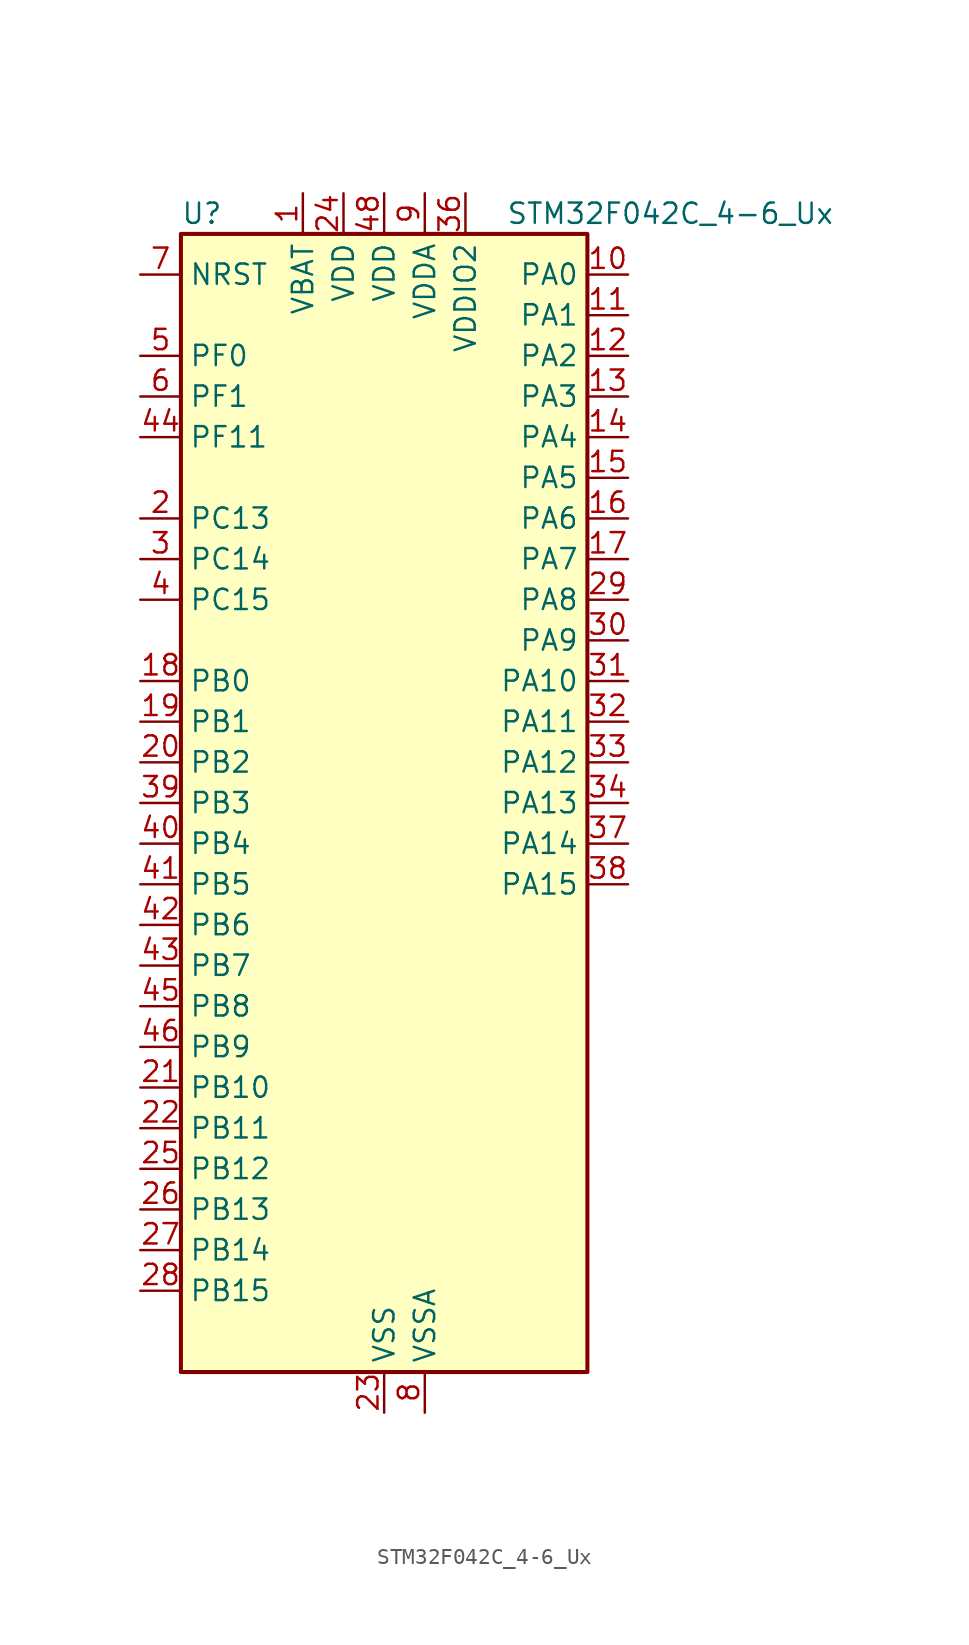
<source format=kicad_sym>
(kicad_symbol_lib
  (version 20231120)
  (generator "kicad_symbol_editor")
  (generator_version "8.0")
  (symbol "STM32F042C_4-6_Ux"
    (property "Reference" "U"
      (at -12.7 36.83 0)
      (effects (font (size 1.27 1.27)) (justify left)))
    (property "Value" "STM32F042C_4-6_Ux"
      (at 7.62 36.83 0)
      (effects (font (size 1.27 1.27)) (justify left)))
    (property "ki_locked" ""
      (at 0 0 0)
      (effects (font (size 1.27 1.27))))
    (symbol "STM32F042C_4-6_Ux_0_1"
      (rectangle (start -12.7 -35.56) (end 12.7 35.56) (stroke (width 0.254) (type default)) (fill (type background))))
    (symbol "STM32F042C_4-6_Ux_1_1"
      (pin power_in line (at -5.08 38.1 270) (length 2.54) (name "VBAT" (effects (font (size 1.27 1.27)))) (number "1" (effects (font (size 1.27 1.27)))))
      (pin bidirectional line (at 15.24 33.02 180) (length 2.54) (name "PA0" (effects (font (size 1.27 1.27)))) (number "10" (effects (font (size 1.27 1.27)))) (alternate "ADC_IN0" bidirectional line) (alternate "RTC_TAMP2" bidirectional line) (alternate "SYS_WKUP1" bidirectional line) (alternate "TIM2_CH1" bidirectional line) (alternate "TIM2_ETR" bidirectional line) (alternate "TSC_G1_IO1" bidirectional line) (alternate "USART2_CTS" bidirectional line))
      (pin bidirectional line (at 15.24 30.48 180) (length 2.54) (name "PA1" (effects (font (size 1.27 1.27)))) (number "11" (effects (font (size 1.27 1.27)))) (alternate "ADC_IN1" bidirectional line) (alternate "TIM2_CH2" bidirectional line) (alternate "TSC_G1_IO2" bidirectional line) (alternate "USART2_DE" bidirectional line) (alternate "USART2_RTS" bidirectional line))
      (pin bidirectional line (at 15.24 27.94 180) (length 2.54) (name "PA2" (effects (font (size 1.27 1.27)))) (number "12" (effects (font (size 1.27 1.27)))) (alternate "ADC_IN2" bidirectional line) (alternate "SYS_WKUP4" bidirectional line) (alternate "TIM2_CH3" bidirectional line) (alternate "TSC_G1_IO3" bidirectional line) (alternate "USART2_TX" bidirectional line))
      (pin bidirectional line (at 15.24 25.4 180) (length 2.54) (name "PA3" (effects (font (size 1.27 1.27)))) (number "13" (effects (font (size 1.27 1.27)))) (alternate "ADC_IN3" bidirectional line) (alternate "TIM2_CH4" bidirectional line) (alternate "TSC_G1_IO4" bidirectional line) (alternate "USART2_RX" bidirectional line))
      (pin bidirectional line (at 15.24 22.86 180) (length 2.54) (name "PA4" (effects (font (size 1.27 1.27)))) (number "14" (effects (font (size 1.27 1.27)))) (alternate "ADC_IN4" bidirectional line) (alternate "I2S1_WS" bidirectional line) (alternate "SPI1_NSS" bidirectional line) (alternate "TIM14_CH1" bidirectional line) (alternate "TSC_G2_IO1" bidirectional line) (alternate "USART2_CK" bidirectional line) (alternate "USB_NOE" bidirectional line))
      (pin bidirectional line (at 15.24 20.32 180) (length 2.54) (name "PA5" (effects (font (size 1.27 1.27)))) (number "15" (effects (font (size 1.27 1.27)))) (alternate "ADC_IN5" bidirectional line) (alternate "CEC" bidirectional line) (alternate "I2S1_CK" bidirectional line) (alternate "SPI1_SCK" bidirectional line) (alternate "TIM2_CH1" bidirectional line) (alternate "TIM2_ETR" bidirectional line) (alternate "TSC_G2_IO2" bidirectional line))
      (pin bidirectional line (at 15.24 17.78 180) (length 2.54) (name "PA6" (effects (font (size 1.27 1.27)))) (number "16" (effects (font (size 1.27 1.27)))) (alternate "ADC_IN6" bidirectional line) (alternate "I2S1_MCK" bidirectional line) (alternate "SPI1_MISO" bidirectional line) (alternate "TIM16_CH1" bidirectional line) (alternate "TIM1_BKIN" bidirectional line) (alternate "TIM3_CH1" bidirectional line) (alternate "TSC_G2_IO3" bidirectional line))
      (pin bidirectional line (at 15.24 15.24 180) (length 2.54) (name "PA7" (effects (font (size 1.27 1.27)))) (number "17" (effects (font (size 1.27 1.27)))) (alternate "ADC_IN7" bidirectional line) (alternate "I2S1_SD" bidirectional line) (alternate "SPI1_MOSI" bidirectional line) (alternate "TIM14_CH1" bidirectional line) (alternate "TIM17_CH1" bidirectional line) (alternate "TIM1_CH1N" bidirectional line) (alternate "TIM3_CH2" bidirectional line) (alternate "TSC_G2_IO4" bidirectional line))
      (pin bidirectional line (at -15.24 7.62 0) (length 2.54) (name "PB0" (effects (font (size 1.27 1.27)))) (number "18" (effects (font (size 1.27 1.27)))) (alternate "ADC_IN8" bidirectional line) (alternate "TIM1_CH2N" bidirectional line) (alternate "TIM3_CH3" bidirectional line) (alternate "TSC_G3_IO2" bidirectional line))
      (pin bidirectional line (at -15.24 5.08 0) (length 2.54) (name "PB1" (effects (font (size 1.27 1.27)))) (number "19" (effects (font (size 1.27 1.27)))) (alternate "ADC_IN9" bidirectional line) (alternate "TIM14_CH1" bidirectional line) (alternate "TIM1_CH3N" bidirectional line) (alternate "TIM3_CH4" bidirectional line) (alternate "TSC_G3_IO3" bidirectional line))
      (pin bidirectional line (at -15.24 17.78 0) (length 2.54) (name "PC13" (effects (font (size 1.27 1.27)))) (number "2" (effects (font (size 1.27 1.27)))) (alternate "RTC_OUT_ALARM" bidirectional line) (alternate "RTC_OUT_CALIB" bidirectional line) (alternate "RTC_TAMP1" bidirectional line) (alternate "RTC_TS" bidirectional line) (alternate "SYS_WKUP2" bidirectional line))
      (pin bidirectional line (at -15.24 2.54 0) (length 2.54) (name "PB2" (effects (font (size 1.27 1.27)))) (number "20" (effects (font (size 1.27 1.27)))) (alternate "TSC_G3_IO4" bidirectional line))
      (pin bidirectional line (at -15.24 -17.78 0) (length 2.54) (name "PB10" (effects (font (size 1.27 1.27)))) (number "21" (effects (font (size 1.27 1.27)))) (alternate "CEC" bidirectional line) (alternate "I2C1_SCL" bidirectional line) (alternate "SPI2_SCK" bidirectional line) (alternate "TIM2_CH3" bidirectional line) (alternate "TSC_SYNC" bidirectional line))
      (pin bidirectional line (at -15.24 -20.32 0) (length 2.54) (name "PB11" (effects (font (size 1.27 1.27)))) (number "22" (effects (font (size 1.27 1.27)))) (alternate "I2C1_SDA" bidirectional line) (alternate "TIM2_CH4" bidirectional line))
      (pin power_in line (at 0 -38.1 90) (length 2.54) (name "VSS" (effects (font (size 1.27 1.27)))) (number "23" (effects (font (size 1.27 1.27)))))
      (pin power_in line (at -2.54 38.1 270) (length 2.54) (name "VDD" (effects (font (size 1.27 1.27)))) (number "24" (effects (font (size 1.27 1.27)))))
      (pin bidirectional line (at -15.24 -22.86 0) (length 2.54) (name "PB12" (effects (font (size 1.27 1.27)))) (number "25" (effects (font (size 1.27 1.27)))) (alternate "SPI2_NSS" bidirectional line) (alternate "TIM1_BKIN" bidirectional line))
      (pin bidirectional line (at -15.24 -25.4 0) (length 2.54) (name "PB13" (effects (font (size 1.27 1.27)))) (number "26" (effects (font (size 1.27 1.27)))) (alternate "I2C1_SCL" bidirectional line) (alternate "SPI2_SCK" bidirectional line) (alternate "TIM1_CH1N" bidirectional line))
      (pin bidirectional line (at -15.24 -27.94 0) (length 2.54) (name "PB14" (effects (font (size 1.27 1.27)))) (number "27" (effects (font (size 1.27 1.27)))) (alternate "I2C1_SDA" bidirectional line) (alternate "SPI2_MISO" bidirectional line) (alternate "TIM1_CH2N" bidirectional line))
      (pin bidirectional line (at -15.24 -30.48 0) (length 2.54) (name "PB15" (effects (font (size 1.27 1.27)))) (number "28" (effects (font (size 1.27 1.27)))) (alternate "RTC_REFIN" bidirectional line) (alternate "SPI2_MOSI" bidirectional line) (alternate "SYS_WKUP7" bidirectional line) (alternate "TIM1_CH3N" bidirectional line))
      (pin bidirectional line (at 15.24 12.7 180) (length 2.54) (name "PA8" (effects (font (size 1.27 1.27)))) (number "29" (effects (font (size 1.27 1.27)))) (alternate "CRS_SYNC" bidirectional line) (alternate "RCC_MCO" bidirectional line) (alternate "TIM1_CH1" bidirectional line) (alternate "USART1_CK" bidirectional line))
      (pin bidirectional line (at -15.24 15.24 0) (length 2.54) (name "PC14" (effects (font (size 1.27 1.27)))) (number "3" (effects (font (size 1.27 1.27)))) (alternate "RCC_OSC32_IN" bidirectional line))
      (pin bidirectional line (at 15.24 10.16 180) (length 2.54) (name "PA9" (effects (font (size 1.27 1.27)))) (number "30" (effects (font (size 1.27 1.27)))) (alternate "I2C1_SCL" bidirectional line) (alternate "TIM1_CH2" bidirectional line) (alternate "TSC_G4_IO1" bidirectional line) (alternate "USART1_TX" bidirectional line))
      (pin bidirectional line (at 15.24 7.62 180) (length 2.54) (name "PA10" (effects (font (size 1.27 1.27)))) (number "31" (effects (font (size 1.27 1.27)))) (alternate "I2C1_SDA" bidirectional line) (alternate "TIM17_BKIN" bidirectional line) (alternate "TIM1_CH3" bidirectional line) (alternate "TSC_G4_IO2" bidirectional line) (alternate "USART1_RX" bidirectional line))
      (pin bidirectional line (at 15.24 5.08 180) (length 2.54) (name "PA11" (effects (font (size 1.27 1.27)))) (number "32" (effects (font (size 1.27 1.27)))) (alternate "CAN_RX" bidirectional line) (alternate "I2C1_SCL" bidirectional line) (alternate "TIM1_CH4" bidirectional line) (alternate "TSC_G4_IO3" bidirectional line) (alternate "USART1_CTS" bidirectional line) (alternate "USB_DM" bidirectional line))
      (pin bidirectional line (at 15.24 2.54 180) (length 2.54) (name "PA12" (effects (font (size 1.27 1.27)))) (number "33" (effects (font (size 1.27 1.27)))) (alternate "CAN_TX" bidirectional line) (alternate "I2C1_SDA" bidirectional line) (alternate "TIM1_ETR" bidirectional line) (alternate "TSC_G4_IO4" bidirectional line) (alternate "USART1_DE" bidirectional line) (alternate "USART1_RTS" bidirectional line) (alternate "USB_DP" bidirectional line))
      (pin bidirectional line (at 15.24 0 180) (length 2.54) (name "PA13" (effects (font (size 1.27 1.27)))) (number "34" (effects (font (size 1.27 1.27)))) (alternate "IR_OUT" bidirectional line) (alternate "SYS_SWDIO" bidirectional line) (alternate "USB_NOE" bidirectional line))
      (pin passive line (at 0 -38.1 90) (length 2.54) hide (name "VSS" (effects (font (size 1.27 1.27)))) (number "35" (effects (font (size 1.27 1.27)))))
      (pin power_in line (at 5.08 38.1 270) (length 2.54) (name "VDDIO2" (effects (font (size 1.27 1.27)))) (number "36" (effects (font (size 1.27 1.27)))))
      (pin bidirectional line (at 15.24 -2.54 180) (length 2.54) (name "PA14" (effects (font (size 1.27 1.27)))) (number "37" (effects (font (size 1.27 1.27)))) (alternate "SYS_SWCLK" bidirectional line) (alternate "USART2_TX" bidirectional line))
      (pin bidirectional line (at 15.24 -5.08 180) (length 2.54) (name "PA15" (effects (font (size 1.27 1.27)))) (number "38" (effects (font (size 1.27 1.27)))) (alternate "I2S1_WS" bidirectional line) (alternate "SPI1_NSS" bidirectional line) (alternate "TIM2_CH1" bidirectional line) (alternate "TIM2_ETR" bidirectional line) (alternate "USART2_RX" bidirectional line) (alternate "USB_NOE" bidirectional line))
      (pin bidirectional line (at -15.24 0 0) (length 2.54) (name "PB3" (effects (font (size 1.27 1.27)))) (number "39" (effects (font (size 1.27 1.27)))) (alternate "I2S1_CK" bidirectional line) (alternate "SPI1_SCK" bidirectional line) (alternate "TIM2_CH2" bidirectional line) (alternate "TSC_G5_IO1" bidirectional line))
      (pin bidirectional line (at -15.24 12.7 0) (length 2.54) (name "PC15" (effects (font (size 1.27 1.27)))) (number "4" (effects (font (size 1.27 1.27)))) (alternate "RCC_OSC32_OUT" bidirectional line))
      (pin bidirectional line (at -15.24 -2.54 0) (length 2.54) (name "PB4" (effects (font (size 1.27 1.27)))) (number "40" (effects (font (size 1.27 1.27)))) (alternate "I2S1_MCK" bidirectional line) (alternate "SPI1_MISO" bidirectional line) (alternate "TIM17_BKIN" bidirectional line) (alternate "TIM3_CH1" bidirectional line) (alternate "TSC_G5_IO2" bidirectional line))
      (pin bidirectional line (at -15.24 -5.08 0) (length 2.54) (name "PB5" (effects (font (size 1.27 1.27)))) (number "41" (effects (font (size 1.27 1.27)))) (alternate "I2C1_SMBA" bidirectional line) (alternate "I2S1_SD" bidirectional line) (alternate "SPI1_MOSI" bidirectional line) (alternate "SYS_WKUP6" bidirectional line) (alternate "TIM16_BKIN" bidirectional line) (alternate "TIM3_CH2" bidirectional line))
      (pin bidirectional line (at -15.24 -7.62 0) (length 2.54) (name "PB6" (effects (font (size 1.27 1.27)))) (number "42" (effects (font (size 1.27 1.27)))) (alternate "I2C1_SCL" bidirectional line) (alternate "TIM16_CH1N" bidirectional line) (alternate "TSC_G5_IO3" bidirectional line) (alternate "USART1_TX" bidirectional line))
      (pin bidirectional line (at -15.24 -10.16 0) (length 2.54) (name "PB7" (effects (font (size 1.27 1.27)))) (number "43" (effects (font (size 1.27 1.27)))) (alternate "I2C1_SDA" bidirectional line) (alternate "TIM17_CH1N" bidirectional line) (alternate "TSC_G5_IO4" bidirectional line) (alternate "USART1_RX" bidirectional line))
      (pin bidirectional line (at -15.24 22.86 0) (length 2.54) (name "PF11" (effects (font (size 1.27 1.27)))) (number "44" (effects (font (size 1.27 1.27)))))
      (pin bidirectional line (at -15.24 -12.7 0) (length 2.54) (name "PB8" (effects (font (size 1.27 1.27)))) (number "45" (effects (font (size 1.27 1.27)))) (alternate "CAN_RX" bidirectional line) (alternate "CEC" bidirectional line) (alternate "I2C1_SCL" bidirectional line) (alternate "TIM16_CH1" bidirectional line) (alternate "TSC_SYNC" bidirectional line))
      (pin bidirectional line (at -15.24 -15.24 0) (length 2.54) (name "PB9" (effects (font (size 1.27 1.27)))) (number "46" (effects (font (size 1.27 1.27)))) (alternate "CAN_TX" bidirectional line) (alternate "I2C1_SDA" bidirectional line) (alternate "IR_OUT" bidirectional line) (alternate "SPI2_NSS" bidirectional line) (alternate "TIM17_CH1" bidirectional line))
      (pin passive line (at 0 -38.1 90) (length 2.54) hide (name "VSS" (effects (font (size 1.27 1.27)))) (number "47" (effects (font (size 1.27 1.27)))))
      (pin power_in line (at 0 38.1 270) (length 2.54) (name "VDD" (effects (font (size 1.27 1.27)))) (number "48" (effects (font (size 1.27 1.27)))))
      (pin passive line (at 0 -38.1 90) (length 2.54) hide (name "VSS" (effects (font (size 1.27 1.27)))) (number "49" (effects (font (size 1.27 1.27)))))
      (pin bidirectional line (at -15.24 27.94 0) (length 2.54) (name "PF0" (effects (font (size 1.27 1.27)))) (number "5" (effects (font (size 1.27 1.27)))) (alternate "CRS_SYNC" bidirectional line) (alternate "I2C1_SDA" bidirectional line) (alternate "RCC_OSC_IN" bidirectional line))
      (pin bidirectional line (at -15.24 25.4 0) (length 2.54) (name "PF1" (effects (font (size 1.27 1.27)))) (number "6" (effects (font (size 1.27 1.27)))) (alternate "I2C1_SCL" bidirectional line) (alternate "RCC_OSC_OUT" bidirectional line))
      (pin input line (at -15.24 33.02 0) (length 2.54) (name "NRST" (effects (font (size 1.27 1.27)))) (number "7" (effects (font (size 1.27 1.27)))))
      (pin power_in line (at 2.54 -38.1 90) (length 2.54) (name "VSSA" (effects (font (size 1.27 1.27)))) (number "8" (effects (font (size 1.27 1.27)))))
      (pin power_in line (at 2.54 38.1 270) (length 2.54) (name "VDDA" (effects (font (size 1.27 1.27)))) (number "9" (effects (font (size 1.27 1.27))))))))
</source>
